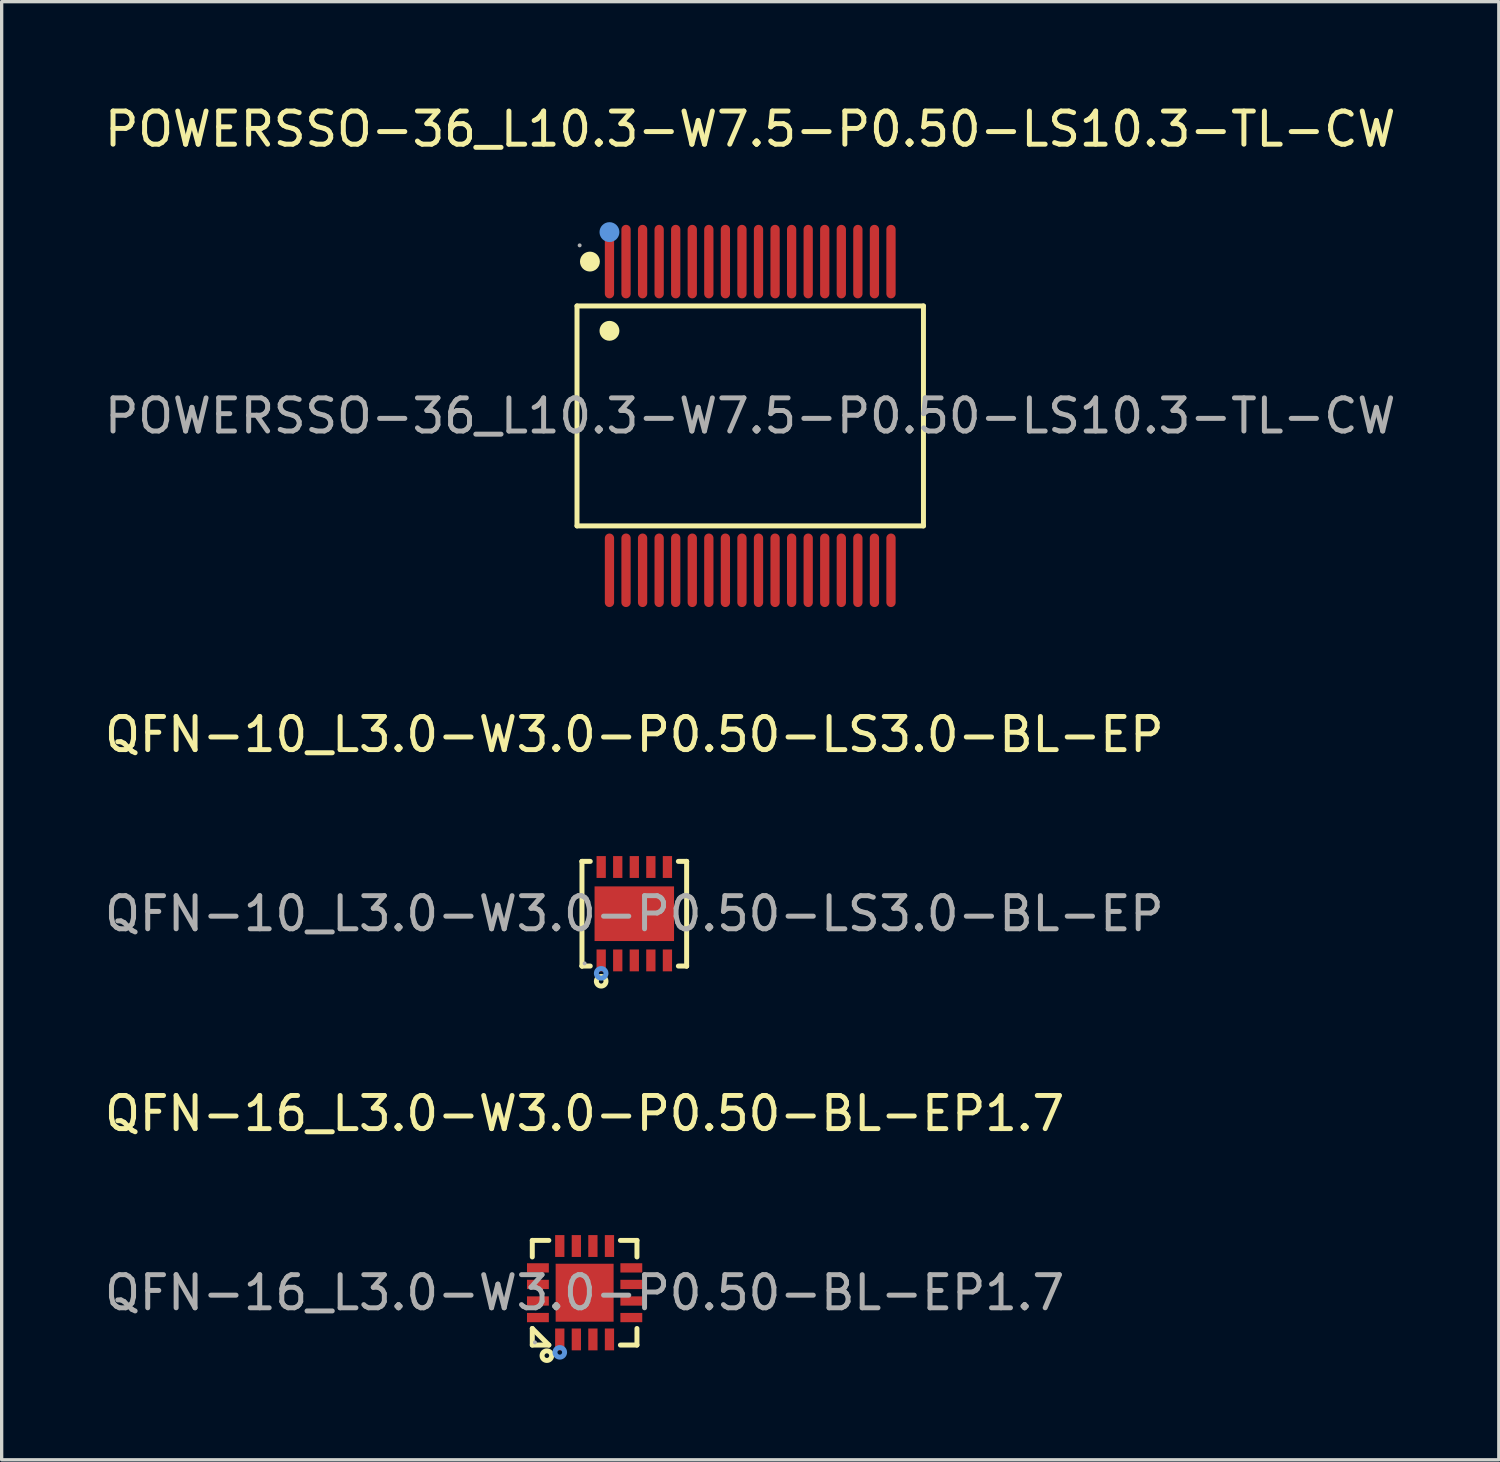
<source format=kicad_pcb>
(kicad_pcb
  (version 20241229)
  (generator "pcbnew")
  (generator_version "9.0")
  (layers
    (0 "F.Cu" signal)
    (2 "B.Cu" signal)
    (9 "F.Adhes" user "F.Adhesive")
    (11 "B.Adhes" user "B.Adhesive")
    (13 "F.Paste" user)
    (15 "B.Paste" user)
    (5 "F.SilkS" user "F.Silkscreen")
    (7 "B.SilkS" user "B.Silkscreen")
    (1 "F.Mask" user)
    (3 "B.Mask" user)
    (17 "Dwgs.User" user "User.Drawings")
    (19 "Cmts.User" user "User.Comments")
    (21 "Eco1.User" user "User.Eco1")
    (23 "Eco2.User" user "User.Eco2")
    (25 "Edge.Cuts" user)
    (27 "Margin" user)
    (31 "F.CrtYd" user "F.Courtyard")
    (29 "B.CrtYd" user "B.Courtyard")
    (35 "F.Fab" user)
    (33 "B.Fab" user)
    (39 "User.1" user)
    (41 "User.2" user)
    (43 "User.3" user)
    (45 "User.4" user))
  (footprint "QFN-16_L3.0-W3.0-P0.50-BL-EP1.7"
    (layer "F.Cu")
    (at 14.601 35.98)
    (property "Reference" "QFN-16_L3.0-W3.0-P0.50-BL-EP1.7" (at 0 -5.41 0) (layer "F.SilkS") (effects (font (size 1 1) (thickness 0.15))))
    (attr through_hole)
    (fp_line (start -1.58 -1.58) (end -1.08 -1.58) (stroke (width 0.15) (type solid)) (layer "F.SilkS"))
    (fp_line (start -1.58 -1.08) (end -1.58 -1.58) (stroke (width 0.15) (type solid)) (layer "F.SilkS"))
    (fp_line (start -1.58 1.08) (end -1.58 1.58) (stroke (width 0.15) (type solid)) (layer "F.SilkS"))
    (fp_line (start -1.58 1.58) (end -1.08 1.58) (stroke (width 0.15) (type solid)) (layer "F.SilkS"))
    (fp_line (start -1.08 1.58) (end -1.58 1.08) (stroke (width 0.15) (type solid)) (layer "F.SilkS"))
    (fp_line (start 1.58 -1.58) (end 1.08 -1.58) (stroke (width 0.15) (type solid)) (layer "F.SilkS"))
    (fp_line (start 1.58 -1.08) (end 1.58 -1.58) (stroke (width 0.15) (type solid)) (layer "F.SilkS"))
    (fp_line (start 1.58 1.08) (end 1.58 1.58) (stroke (width 0.15) (type solid)) (layer "F.SilkS"))
    (fp_line (start 1.58 1.58) (end 1.08 1.58) (stroke (width 0.15) (type solid)) (layer "F.SilkS"))
    (fp_circle (center -1.14 1.9) (end -1.07 1.9) (stroke (width 0.15) (type solid)) (fill no) (layer "F.SilkS"))
    (fp_circle (center -0.75 1.8) (end -0.68 1.8) (stroke (width 0.15) (type solid)) (fill no) (layer "Cmts.User"))
    (fp_circle (center -1.5 1.5) (end -1.47 1.5) (stroke (width 0.06) (type solid)) (fill no) (layer "F.Fab"))
    (fp_text user "${REFERENCE}" (at 0 0 0) (layer "F.Fab") (effects (font (size 1 1) (thickness 0.15))))
    (pad "1" smd rect (at -0.75 1.41) (size 0.28 0.66) (layers "F.Cu" "F.Mask" "F.Paste"))
    (pad "2" smd rect (at -0.25 1.41) (size 0.28 0.66) (layers "F.Cu" "F.Mask" "F.Paste"))
    (pad "3" smd rect (at 0.25 1.41) (size 0.28 0.66) (layers "F.Cu" "F.Mask" "F.Paste"))
    (pad "4" smd rect (at 0.75 1.41) (size 0.28 0.66) (layers "F.Cu" "F.Mask" "F.Paste"))
    (pad "5" smd rect (at 1.41 0.75) (size 0.66 0.28) (layers "F.Cu" "F.Mask" "F.Paste"))
    (pad "6" smd rect (at 1.41 0.25) (size 0.66 0.28) (layers "F.Cu" "F.Mask" "F.Paste"))
    (pad "7" smd rect (at 1.41 -0.25) (size 0.66 0.28) (layers "F.Cu" "F.Mask" "F.Paste"))
    (pad "8" smd rect (at 1.41 -0.75) (size 0.66 0.28) (layers "F.Cu" "F.Mask" "F.Paste"))
    (pad "9" smd rect (at 0.75 -1.41) (size 0.28 0.66) (layers "F.Cu" "F.Mask" "F.Paste"))
    (pad "10" smd rect (at 0.25 -1.41) (size 0.28 0.66) (layers "F.Cu" "F.Mask" "F.Paste"))
    (pad "11" smd rect (at -0.25 -1.41) (size 0.28 0.66) (layers "F.Cu" "F.Mask" "F.Paste"))
    (pad "12" smd rect (at -0.75 -1.41) (size 0.28 0.66) (layers "F.Cu" "F.Mask" "F.Paste"))
    (pad "13" smd rect (at -1.41 -0.75) (size 0.66 0.28) (layers "F.Cu" "F.Mask" "F.Paste"))
    (pad "14" smd rect (at -1.41 -0.25) (size 0.66 0.28) (layers "F.Cu" "F.Mask" "F.Paste"))
    (pad "15" smd rect (at -1.41 0.25) (size 0.66 0.28) (layers "F.Cu" "F.Mask" "F.Paste"))
    (pad "16" smd rect (at -1.41 0.75) (size 0.66 0.28) (layers "F.Cu" "F.Mask" "F.Paste"))
    (pad "17" smd rect (at 0 0) (size 1.75 1.75) (layers "F.Cu" "F.Mask" "F.Paste")))
  (footprint "POWERSSO-36_L10.3-W7.5-P0.50-LS10.3-TL-CW"
    (layer "F.Cu")
    (at 19.601 9.508)
    (property "Reference" "POWERSSO-36_L10.3-W7.5-P0.50-LS10.3-TL-CW" (at 0 -8.66 0) (layer "F.SilkS") (effects (font (size 1 1) (thickness 0.15))))
    (attr through_hole)
    (fp_line (start -5.23 -3.32) (end -5.23 3.32) (stroke (width 0.15) (type solid)) (layer "F.SilkS"))
    (fp_line (start -5.23 3.32) (end 5.23 3.32) (stroke (width 0.15) (type solid)) (layer "F.SilkS"))
    (fp_line (start 5.23 -3.32) (end -5.23 -3.32) (stroke (width 0.15) (type solid)) (layer "F.SilkS"))
    (fp_line (start 5.23 3.32) (end 5.23 -3.32) (stroke (width 0.15) (type solid)) (layer "F.SilkS"))
    (fp_circle (center -4.84 -4.66) (end -4.69 -4.66) (stroke (width 0.3) (type solid)) (fill no) (layer "F.SilkS"))
    (fp_circle (center -4.25 -2.57) (end -4.1 -2.57) (stroke (width 0.3) (type solid)) (fill no) (layer "F.SilkS"))
    (fp_circle (center -4.25 -5.55) (end -4.1 -5.55) (stroke (width 0.3) (type solid)) (fill no) (layer "Cmts.User"))
    (fp_circle (center -5.15 -5.15) (end -5.12 -5.15) (stroke (width 0.06) (type solid)) (fill no) (layer "F.Fab"))
    (fp_text user "${REFERENCE}" (at 0 0 0) (layer "F.Fab") (effects (font (size 1 1) (thickness 0.15))))
    (pad "1" smd oval (at -4.25 -4.66) (size 0.28 2.22) (layers "F.Cu" "F.Mask" "F.Paste"))
    (pad "2" smd oval (at -3.75 -4.66) (size 0.28 2.22) (layers "F.Cu" "F.Mask" "F.Paste"))
    (pad "3" smd oval (at -3.25 -4.66) (size 0.28 2.22) (layers "F.Cu" "F.Mask" "F.Paste"))
    (pad "4" smd oval (at -2.75 -4.66) (size 0.28 2.22) (layers "F.Cu" "F.Mask" "F.Paste"))
    (pad "5" smd oval (at -2.25 -4.66) (size 0.28 2.22) (layers "F.Cu" "F.Mask" "F.Paste"))
    (pad "6" smd oval (at -1.75 -4.66) (size 0.28 2.22) (layers "F.Cu" "F.Mask" "F.Paste"))
    (pad "7" smd oval (at -1.25 -4.66) (size 0.28 2.22) (layers "F.Cu" "F.Mask" "F.Paste"))
    (pad "8" smd oval (at -0.75 -4.66) (size 0.28 2.22) (layers "F.Cu" "F.Mask" "F.Paste"))
    (pad "9" smd oval (at -0.25 -4.66) (size 0.28 2.22) (layers "F.Cu" "F.Mask" "F.Paste"))
    (pad "10" smd oval (at 0.25 -4.66) (size 0.28 2.22) (layers "F.Cu" "F.Mask" "F.Paste"))
    (pad "11" smd oval (at 0.75 -4.66) (size 0.28 2.22) (layers "F.Cu" "F.Mask" "F.Paste"))
    (pad "12" smd oval (at 1.25 -4.66) (size 0.28 2.22) (layers "F.Cu" "F.Mask" "F.Paste"))
    (pad "13" smd oval (at 1.75 -4.66) (size 0.28 2.22) (layers "F.Cu" "F.Mask" "F.Paste"))
    (pad "14" smd oval (at 2.25 -4.66) (size 0.28 2.22) (layers "F.Cu" "F.Mask" "F.Paste"))
    (pad "15" smd oval (at 2.75 -4.66) (size 0.28 2.22) (layers "F.Cu" "F.Mask" "F.Paste"))
    (pad "16" smd oval (at 3.25 -4.66) (size 0.28 2.22) (layers "F.Cu" "F.Mask" "F.Paste"))
    (pad "17" smd oval (at 3.75 -4.66) (size 0.28 2.22) (layers "F.Cu" "F.Mask" "F.Paste"))
    (pad "18" smd oval (at 4.25 -4.66) (size 0.28 2.22) (layers "F.Cu" "F.Mask" "F.Paste"))
    (pad "19" smd oval (at 4.25 4.66) (size 0.28 2.22) (layers "F.Cu" "F.Mask" "F.Paste"))
    (pad "20" smd oval (at 3.75 4.66) (size 0.28 2.22) (layers "F.Cu" "F.Mask" "F.Paste"))
    (pad "21" smd oval (at 3.25 4.66) (size 0.28 2.22) (layers "F.Cu" "F.Mask" "F.Paste"))
    (pad "22" smd oval (at 2.75 4.66) (size 0.28 2.22) (layers "F.Cu" "F.Mask" "F.Paste"))
    (pad "23" smd oval (at 2.25 4.66) (size 0.28 2.22) (layers "F.Cu" "F.Mask" "F.Paste"))
    (pad "24" smd oval (at 1.75 4.66) (size 0.28 2.22) (layers "F.Cu" "F.Mask" "F.Paste"))
    (pad "25" smd oval (at 1.25 4.66) (size 0.28 2.22) (layers "F.Cu" "F.Mask" "F.Paste"))
    (pad "26" smd oval (at 0.75 4.66) (size 0.28 2.22) (layers "F.Cu" "F.Mask" "F.Paste"))
    (pad "27" smd oval (at 0.25 4.66) (size 0.28 2.22) (layers "F.Cu" "F.Mask" "F.Paste"))
    (pad "28" smd oval (at -0.25 4.66) (size 0.28 2.22) (layers "F.Cu" "F.Mask" "F.Paste"))
    (pad "29" smd oval (at -0.75 4.66) (size 0.28 2.22) (layers "F.Cu" "F.Mask" "F.Paste"))
    (pad "30" smd oval (at -1.25 4.66) (size 0.28 2.22) (layers "F.Cu" "F.Mask" "F.Paste"))
    (pad "31" smd oval (at -1.75 4.66) (size 0.28 2.22) (layers "F.Cu" "F.Mask" "F.Paste"))
    (pad "32" smd oval (at -2.25 4.66) (size 0.28 2.22) (layers "F.Cu" "F.Mask" "F.Paste"))
    (pad "33" smd oval (at -2.75 4.66) (size 0.28 2.22) (layers "F.Cu" "F.Mask" "F.Paste"))
    (pad "34" smd oval (at -3.25 4.66) (size 0.28 2.22) (layers "F.Cu" "F.Mask" "F.Paste"))
    (pad "35" smd oval (at -3.75 4.66) (size 0.28 2.22) (layers "F.Cu" "F.Mask" "F.Paste"))
    (pad "36" smd oval (at -4.25 4.66) (size 0.28 2.22) (layers "F.Cu" "F.Mask" "F.Paste")))
  (footprint "QFN-10_L3.0-W3.0-P0.50-LS3.0-BL-EP"
    (layer "F.Cu")
    (at 16.101 24.537)
    (property "Reference" "QFN-10_L3.0-W3.0-P0.50-LS3.0-BL-EP" (at 0 -5.41 0) (layer "F.SilkS") (effects (font (size 1 1) (thickness 0.15))))
    (attr through_hole)
    (fp_line (start -1.58 -1.58) (end -1.58 -1.58) (stroke (width 0.15) (type solid)) (layer "F.SilkS"))
    (fp_line (start -1.58 -1.58) (end -1.33 -1.58) (stroke (width 0.15) (type solid)) (layer "F.SilkS"))
    (fp_line (start -1.58 1.58) (end -1.58 -1.58) (stroke (width 0.15) (type solid)) (layer "F.SilkS"))
    (fp_line (start -1.58 1.58) (end -1.58 1.58) (stroke (width 0.15) (type solid)) (layer "F.SilkS"))
    (fp_line (start -1.33 1.58) (end -1.58 1.58) (stroke (width 0.15) (type solid)) (layer "F.SilkS"))
    (fp_line (start 1.33 1.58) (end 1.58 1.58) (stroke (width 0.15) (type solid)) (layer "F.SilkS"))
    (fp_line (start 1.58 -1.58) (end 1.33 -1.58) (stroke (width 0.15) (type solid)) (layer "F.SilkS"))
    (fp_line (start 1.58 -1.58) (end 1.58 -1.58) (stroke (width 0.15) (type solid)) (layer "F.SilkS"))
    (fp_line (start 1.58 1.58) (end 1.58 -1.58) (stroke (width 0.15) (type solid)) (layer "F.SilkS"))
    (fp_line (start 1.58 1.58) (end 1.58 1.58) (stroke (width 0.15) (type solid)) (layer "F.SilkS"))
    (fp_circle (center -1 2.04) (end -0.93 2.04) (stroke (width 0.15) (type solid)) (fill no) (layer "F.SilkS"))
    (fp_circle (center -1 1.8) (end -0.93 1.8) (stroke (width 0.15) (type solid)) (fill no) (layer "Cmts.User"))
    (fp_circle (center -1.5 1.5) (end -1.47 1.5) (stroke (width 0.06) (type solid)) (fill no) (layer "F.Fab"))
    (fp_text user "${REFERENCE}" (at 0 0 0) (layer "F.Fab") (effects (font (size 1 1) (thickness 0.15))))
    (pad "1" smd rect (at -1 1.41) (size 0.28 0.66) (layers "F.Cu" "F.Mask" "F.Paste"))
    (pad "2" smd rect (at -0.5 1.41) (size 0.28 0.66) (layers "F.Cu" "F.Mask" "F.Paste"))
    (pad "3" smd rect (at 0 1.41) (size 0.28 0.66) (layers "F.Cu" "F.Mask" "F.Paste"))
    (pad "4" smd rect (at 0.5 1.41) (size 0.28 0.66) (layers "F.Cu" "F.Mask" "F.Paste"))
    (pad "5" smd rect (at 1 1.41) (size 0.28 0.66) (layers "F.Cu" "F.Mask" "F.Paste"))
    (pad "6" smd rect (at 1 -1.41) (size 0.28 0.66) (layers "F.Cu" "F.Mask" "F.Paste"))
    (pad "7" smd rect (at 0.5 -1.41) (size 0.28 0.66) (layers "F.Cu" "F.Mask" "F.Paste"))
    (pad "8" smd rect (at 0 -1.41) (size 0.28 0.66) (layers "F.Cu" "F.Mask" "F.Paste"))
    (pad "9" smd rect (at -0.5 -1.41) (size 0.28 0.66) (layers "F.Cu" "F.Mask" "F.Paste"))
    (pad "10" smd rect (at -1 -1.41) (size 0.28 0.66) (layers "F.Cu" "F.Mask" "F.Paste"))
    (pad "11" smd rect (at 0 0) (size 2.4 1.65) (layers "F.Cu" "F.Mask" "F.Paste")))
  (gr_rect
    (start -3 -3)
    (end 42.202 41.025)
    (stroke (width 0.1) (type default))
    (fill no)
    (layer "Edge.Cuts")))
</source>
